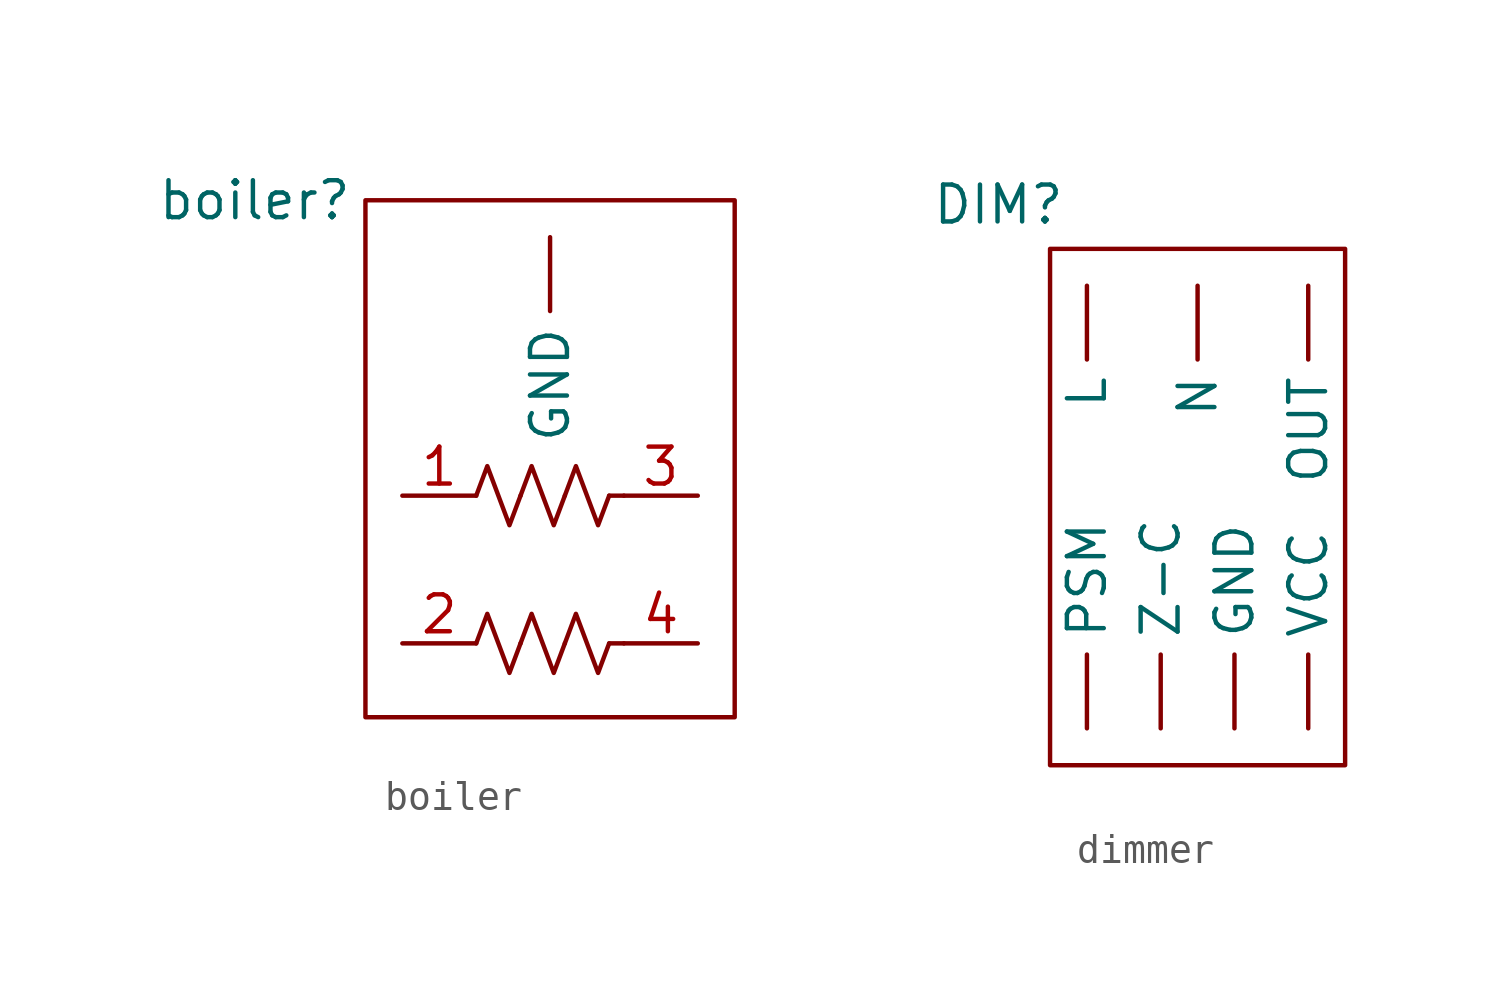
<source format=kicad_sym>
(kicad_symbol_lib
  (version 20241209)
  (generator "kicad_symbol_editor")
  (generator_version "9.0")
  (symbol "boiler"
    (property "Reference" "boiler"
      (at -3.81 0 0)
      (effects (font (size 1.27 1.27))))
    (symbol "boiler_0_1"
      (rectangle (start 0 0) (end 12.7 -17.78) (stroke (width 0) (type default)) (fill (type none)))
      (polyline (pts (xy 3.81 -10.16) (xy 4.191 -9.144) (xy 4.572 -10.16) (xy 4.953 -11.176) (xy 5.334 -10.16)) (stroke (width 0) (type default)) (fill (type none)))
      (polyline (pts (xy 3.81 -15.24) (xy 4.191 -14.224) (xy 4.572 -15.24) (xy 4.953 -16.256) (xy 5.334 -15.24)) (stroke (width 0) (type default)) (fill (type none)))
      (polyline (pts (xy 5.334 -10.16) (xy 5.715 -9.144) (xy 6.096 -10.16) (xy 6.477 -11.176) (xy 6.858 -10.16)) (stroke (width 0) (type default)) (fill (type none)))
      (polyline (pts (xy 5.334 -15.24) (xy 5.715 -14.224) (xy 6.096 -15.24) (xy 6.477 -16.256) (xy 6.858 -15.24)) (stroke (width 0) (type default)) (fill (type none)))
      (polyline (pts (xy 6.858 -10.16) (xy 7.239 -9.144) (xy 7.62 -10.16) (xy 8.001 -11.176) (xy 8.382 -10.16)) (stroke (width 0) (type default)) (fill (type none)))
      (polyline (pts (xy 6.858 -15.24) (xy 7.239 -14.224) (xy 7.62 -15.24) (xy 8.001 -16.256) (xy 8.382 -15.24)) (stroke (width 0) (type default)) (fill (type none)))
      (polyline (pts (xy 8.89 -10.16) (xy 8.382 -10.16)) (stroke (width 0) (type default)) (fill (type none)))
      (polyline (pts (xy 8.89 -15.24) (xy 8.382 -15.24)) (stroke (width 0) (type default)) (fill (type none))))
    (symbol "boiler_1_1"
      (pin passive line (at 1.27 -10.16 0) (length 2.54) (name "" (effects (font (size 1.27 1.27)))) (number "1" (effects (font (size 1.27 1.27)))))
      (pin passive line (at 1.27 -15.24 0) (length 2.54) (name "" (effects (font (size 1.27 1.27)))) (number "2" (effects (font (size 1.27 1.27)))))
      (pin passive line (at 6.35 -1.27 270) (length 2.54) (name "GND" (effects (font (size 1.27 1.27)))) (number "" (effects (font (size 1.27 1.27)))))
      (pin passive line (at 11.43 -10.16 180) (length 2.54) (name "" (effects (font (size 1.27 1.27)))) (number "3" (effects (font (size 1.27 1.27)))))
      (pin passive line (at 11.43 -15.24 180) (length 2.54) (name "" (effects (font (size 1.27 1.27)))) (number "4" (effects (font (size 1.27 1.27)))))))
  (symbol "dimmer"
    (pin_numbers
      (hide yes))
    (property "Reference" "DIM"
      (at -1.778 1.524 0)
      (effects (font (size 1.27 1.27))))
    (property "Value" ""
      (at 0 0 0)
      (effects (font (size 1.27 1.27))))
    (symbol "dimmer_0_1"
      (rectangle (start 0 0) (end 10.16 -17.78) (stroke (width 0) (type default)) (fill (type none))))
    (symbol "dimmer_1_1"
      (pin passive line (at 1.27 -1.27 270) (length 2.54) (name "L" (effects (font (size 1.27 1.27)))) (number "" (effects (font (size 1.27 1.27)))))
      (pin passive line (at 1.27 -16.51 90) (length 2.54) (name "PSM" (effects (font (size 1.27 1.27)))) (number "" (effects (font (size 1.27 1.27)))))
      (pin passive line (at 3.81 -16.51 90) (length 2.54) (name "Z-C" (effects (font (size 1.27 1.27)))) (number "" (effects (font (size 1.27 1.27)))))
      (pin passive line (at 5.08 -1.27 270) (length 2.54) (name "N" (effects (font (size 1.27 1.27)))) (number "" (effects (font (size 1.27 1.27)))))
      (pin passive line (at 6.35 -16.51 90) (length 2.54) (name "GND" (effects (font (size 1.27 1.27)))) (number "" (effects (font (size 1.27 1.27)))))
      (pin passive line (at 8.89 -1.27 270) (length 2.54) (name "OUT" (effects (font (size 1.27 1.27)))) (number "" (effects (font (size 1.27 1.27)))))
      (pin passive line (at 8.89 -16.51 90) (length 2.54) (name "VCC" (effects (font (size 1.27 1.27)))) (number "" (effects (font (size 1.27 1.27))))))))
</source>
